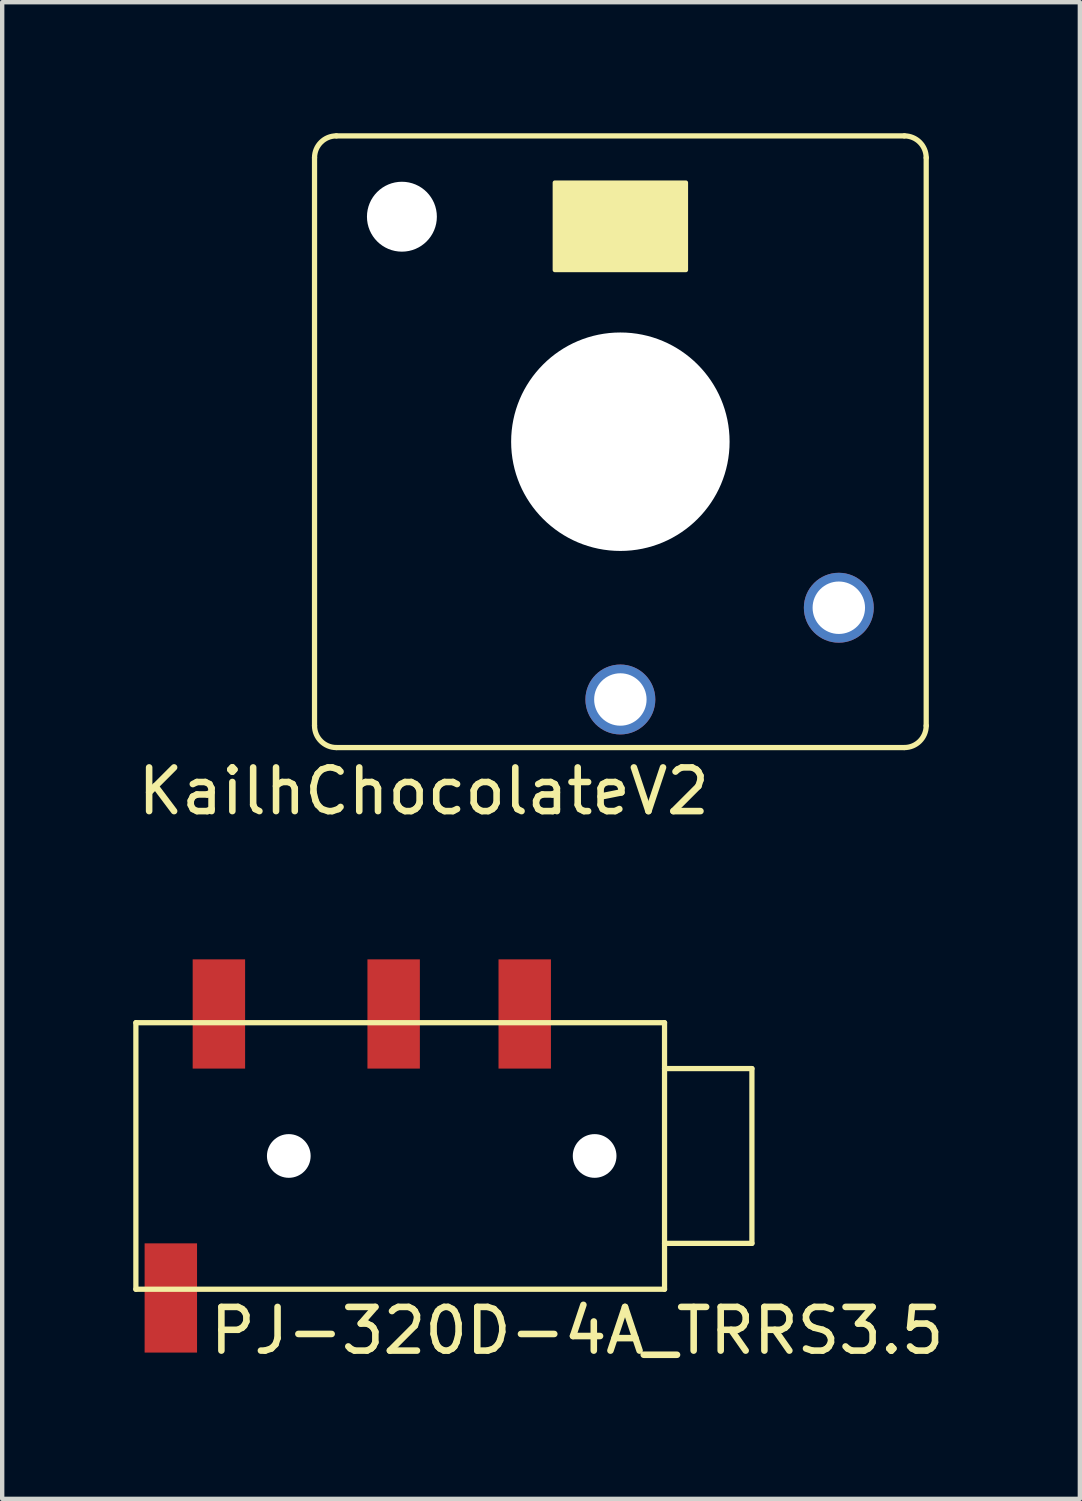
<source format=kicad_pcb>
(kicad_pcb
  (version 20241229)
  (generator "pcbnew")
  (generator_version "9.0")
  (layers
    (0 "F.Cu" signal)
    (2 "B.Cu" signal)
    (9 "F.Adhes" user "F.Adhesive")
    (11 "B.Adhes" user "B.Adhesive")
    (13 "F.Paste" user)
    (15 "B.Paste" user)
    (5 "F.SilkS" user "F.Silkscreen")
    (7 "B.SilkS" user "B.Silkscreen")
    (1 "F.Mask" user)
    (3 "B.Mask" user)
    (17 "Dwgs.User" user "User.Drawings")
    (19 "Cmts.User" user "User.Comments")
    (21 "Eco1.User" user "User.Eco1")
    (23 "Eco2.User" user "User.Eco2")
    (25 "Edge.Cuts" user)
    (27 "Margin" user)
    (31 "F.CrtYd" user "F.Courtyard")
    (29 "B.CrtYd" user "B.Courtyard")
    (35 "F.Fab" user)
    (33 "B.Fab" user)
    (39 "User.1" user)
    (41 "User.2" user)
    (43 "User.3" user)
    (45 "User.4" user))
  (footprint "KailhChocolateV2"
    (layer "F.Cu")
    (at 11.149 7.06)
    (property "Reference" "KailhChocolateV2" (at -4.5 8 0) (layer "F.SilkS") (effects (font (size 1 1) (thickness 0.15))))
    (attr through_hole)
    (fp_line (start -7 6.5) (end -7 -6.5) (stroke (width 0.12) (type solid)) (layer "F.SilkS"))
    (fp_line (start -6.5 -7) (end 6.5 -7) (stroke (width 0.12) (type solid)) (layer "F.SilkS"))
    (fp_line (start -6.5 7) (end 6.5 7) (stroke (width 0.12) (type solid)) (layer "F.SilkS"))
    (fp_line (start 7 -6.5) (end 7 6.5) (stroke (width 0.12) (type solid)) (layer "F.SilkS"))
    (fp_arc (start -7 -6.5) (mid -6.853553 -6.853553) (end -6.5 -7) (stroke (width 0.12) (type solid)) (layer "F.SilkS"))
    (fp_arc (start -6.5 7) (mid -6.853553 6.853553) (end -7 6.5) (stroke (width 0.12) (type solid)) (layer "F.SilkS"))
    (fp_arc (start 6.5 -7) (mid 6.853553 -6.853553) (end 7 -6.5) (stroke (width 0.12) (type solid)) (layer "F.SilkS"))
    (fp_arc (start 7 6.5) (mid 6.853553 6.853553) (end 6.5 7) (stroke (width 0.12) (type solid)) (layer "F.SilkS"))
    (fp_poly (pts (xy 1.5 -3.93) (xy -1.5 -3.93) (xy -1.5 -5.93) (xy 1.5 -5.93)) (stroke (width 0.1) (type solid)) (fill yes) (layer "F.SilkS"))
    (pad "" np_thru_hole circle (at -5 -5.15) (size 1.6 1.6) (drill 1.6) (layers "*.Cu" "*.Mask"))
    (pad "" np_thru_hole circle (at 0 0) (size 5 5) (drill 5) (layers "*.Cu" "*.Mask"))
    (pad "1" thru_hole circle (at 0 5.9) (size 1.6 1.6) (drill 1.2) (layers "*.Cu" "*.Mask"))
    (pad "2" thru_hole circle (at 5 3.8) (size 1.6 1.6) (drill 1.2) (layers "*.Cu" "*.Mask")))
  (footprint "PJ-320D-4A_TRRS3.5"
    (layer "F.Cu")
    (at 12.16 23.408)
    (property "Reference" "PJ-320D-4A_TRRS3.5" (at -2 4 0) (layer "F.SilkS") (effects (font (size 1 1) (thickness 0.15))))
    (attr through_hole)
    (fp_line (start -12.1 -3.05) (end -12.1 3.05) (stroke (width 0.12) (type solid)) (layer "F.SilkS"))
    (fp_line (start -12.1 -3.05) (end 0 -3.05) (stroke (width 0.12) (type solid)) (layer "F.SilkS"))
    (fp_line (start 0 -3.05) (end 0 3.05) (stroke (width 0.12) (type solid)) (layer "F.SilkS"))
    (fp_line (start 0 -2) (end 2 -2) (stroke (width 0.12) (type solid)) (layer "F.SilkS"))
    (fp_line (start 0 3.05) (end -12.1 3.05) (stroke (width 0.12) (type solid)) (layer "F.SilkS"))
    (fp_line (start 2 -2) (end 2 2) (stroke (width 0.12) (type solid)) (layer "F.SilkS"))
    (fp_line (start 2 2) (end 0 2) (stroke (width 0.12) (type solid)) (layer "F.SilkS"))
    (pad "" np_thru_hole circle (at -8.6 0) (size 1 1) (drill 1) (layers "*.Cu" "*.Mask"))
    (pad "" np_thru_hole circle (at -1.6 0) (size 1 1) (drill 1) (layers "*.Cu" "*.Mask"))
    (pad "1" smd rect (at -11.3 3.25) (size 1.2 2.5) (layers "F.Cu" "F.Mask" "F.Paste"))
    (pad "2" smd rect (at -10.2 -3.25) (size 1.2 2.5) (layers "F.Cu" "F.Mask" "F.Paste"))
    (pad "3" smd rect (at -6.2 -3.25) (size 1.2 2.5) (layers "F.Cu" "F.Mask" "F.Paste"))
    (pad "4" smd rect (at -3.2 -3.25) (size 1.2 2.5) (layers "F.Cu" "F.Mask" "F.Paste")))
  (gr_rect
    (start -3 -3)
    (end 21.666 31.256)
    (stroke (width 0.1) (type default))
    (fill no)
    (layer "Edge.Cuts")))
</source>
